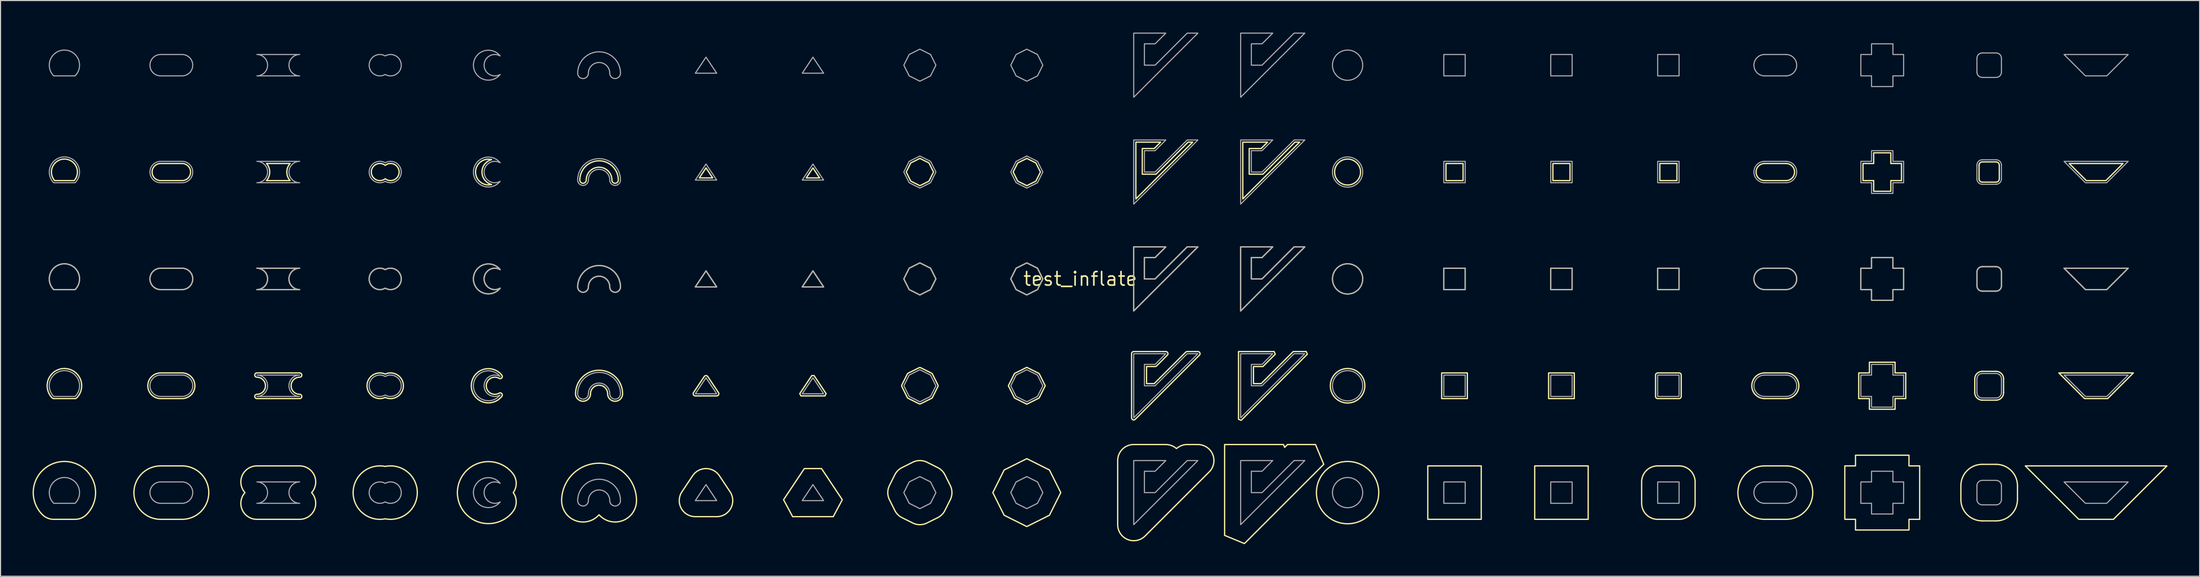
<source format=kicad_pcb>
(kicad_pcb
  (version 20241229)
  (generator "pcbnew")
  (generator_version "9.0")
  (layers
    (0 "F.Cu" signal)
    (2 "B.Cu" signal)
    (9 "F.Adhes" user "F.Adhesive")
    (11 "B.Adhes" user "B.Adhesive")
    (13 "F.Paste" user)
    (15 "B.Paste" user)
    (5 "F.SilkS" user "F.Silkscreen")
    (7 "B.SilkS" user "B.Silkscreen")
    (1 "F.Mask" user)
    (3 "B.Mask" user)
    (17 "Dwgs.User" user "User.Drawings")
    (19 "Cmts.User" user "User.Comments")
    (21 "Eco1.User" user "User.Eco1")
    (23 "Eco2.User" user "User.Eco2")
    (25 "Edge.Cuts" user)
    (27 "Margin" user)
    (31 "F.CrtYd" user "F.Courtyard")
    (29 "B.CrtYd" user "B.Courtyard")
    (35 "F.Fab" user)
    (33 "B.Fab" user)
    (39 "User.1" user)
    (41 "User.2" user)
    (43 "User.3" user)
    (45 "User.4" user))
  (footprint "test_inflate"
    (layer "F.Cu")
    (at 97.974 23.05)
    (property "Reference" "test_inflate" (at 0 0 0) (layer "F.SilkS") (effects (font (size 1.27 1.27) (thickness 0.15))))
    (attr smd)
    (fp_line (start 64 -10.8) (end 66 -10.8) (stroke (width 0.12) (type solid)) (layer "F.SilkS"))
    (fp_line (start 64 -9.2) (end 66 -9.2) (stroke (width 0.12) (type solid)) (layer "F.SilkS"))
    (fp_line (start 64 -1) (end 66 -1) (stroke (width 0.12) (type solid)) (layer "F.SilkS"))
    (fp_line (start 64 1) (end 66 1) (stroke (width 0.12) (type solid)) (layer "F.SilkS"))
    (fp_line (start 64 8.8) (end 66 8.8) (stroke (width 0.12) (type solid)) (layer "F.SilkS"))
    (fp_line (start 64 11.2) (end 66 11.2) (stroke (width 0.12) (type solid)) (layer "F.SilkS"))
    (fp_line (start 64 17.5) (end 66 17.5) (stroke (width 0.12) (type solid)) (layer "F.SilkS"))
    (fp_line (start 64 22.5) (end 66 22.5) (stroke (width 0.12) (type solid)) (layer "F.SilkS"))
    (fp_line (start 82.354 20.646) (end 82.354 19.354) (stroke (width 0.12) (type solid)) (layer "F.SilkS"))
    (fp_line (start 83.654 10.646) (end 83.654 9.354) (stroke (width 0.12) (type solid)) (layer "F.SilkS"))
    (fp_line (start 83.854 0.646) (end 83.854 -0.646) (stroke (width 0.12) (type solid)) (layer "F.SilkS"))
    (fp_line (start 84.054 -9.354) (end 84.054 -10.646) (stroke (width 0.12) (type solid)) (layer "F.SilkS"))
    (fp_line (start 84.354 -10.946) (end 85.646 -10.946) (stroke (width 0.12) (type solid)) (layer "F.SilkS"))
    (fp_line (start 84.354 -1.146) (end 85.646 -1.146) (stroke (width 0.12) (type solid)) (layer "F.SilkS"))
    (fp_line (start 84.354 8.654) (end 85.646 8.654) (stroke (width 0.12) (type solid)) (layer "F.SilkS"))
    (fp_line (start 84.354 17.354) (end 85.646 17.354) (stroke (width 0.12) (type solid)) (layer "F.SilkS"))
    (fp_line (start 85.646 -9.054) (end 84.354 -9.054) (stroke (width 0.12) (type solid)) (layer "F.SilkS"))
    (fp_line (start 85.646 1.146) (end 84.354 1.146) (stroke (width 0.12) (type solid)) (layer "F.SilkS"))
    (fp_line (start 85.646 11.346) (end 84.354 11.346) (stroke (width 0.12) (type solid)) (layer "F.SilkS"))
    (fp_line (start 85.646 22.646) (end 84.354 22.646) (stroke (width 0.12) (type solid)) (layer "F.SilkS"))
    (fp_line (start 85.946 -10.646) (end 85.946 -9.354) (stroke (width 0.12) (type solid)) (layer "F.SilkS"))
    (fp_line (start 86.146 -0.646) (end 86.146 0.646) (stroke (width 0.12) (type solid)) (layer "F.SilkS"))
    (fp_line (start 86.346 9.354) (end 86.346 10.646) (stroke (width 0.12) (type solid)) (layer "F.SilkS"))
    (fp_line (start 87.646 19.354) (end 87.646 20.646) (stroke (width 0.12) (type solid)) (layer "F.SilkS"))
    (fp_rect (start 32.5 17.5) (end 37.5 22.5) (stroke (width 0.12) (type solid)) (fill no) (layer "F.SilkS"))
    (fp_rect (start 33.8 8.8) (end 36.2 11.2) (stroke (width 0.12) (type solid)) (fill no) (layer "F.SilkS"))
    (fp_rect (start 34 -1) (end 36 1) (stroke (width 0.12) (type solid)) (fill no) (layer "F.SilkS"))
    (fp_rect (start 34.2 -10.8) (end 35.8 -9.2) (stroke (width 0.12) (type solid)) (fill no) (layer "F.SilkS"))
    (fp_arc (start 64 -9.2) (mid 63.2 -10) (end 64 -10.8) (stroke (width 0.12) (type solid)) (layer "F.SilkS"))
    (fp_arc (start 64 1) (mid 63 0) (end 64 -1) (stroke (width 0.12) (type solid)) (layer "F.SilkS"))
    (fp_arc (start 64 11.2) (mid 62.8 10) (end 64 8.8) (stroke (width 0.12) (type solid)) (layer "F.SilkS"))
    (fp_arc (start 64 22.5) (mid 61.5 20) (end 64 17.5) (stroke (width 0.12) (type solid)) (layer "F.SilkS"))
    (fp_arc (start 66 -10.8) (mid 66.8 -10) (end 66 -9.2) (stroke (width 0.12) (type solid)) (layer "F.SilkS"))
    (fp_arc (start 66 -1) (mid 67 0) (end 66 1) (stroke (width 0.12) (type solid)) (layer "F.SilkS"))
    (fp_arc (start 66 8.8) (mid 67.2 10) (end 66 11.2) (stroke (width 0.12) (type solid)) (layer "F.SilkS"))
    (fp_arc (start 66 17.5) (mid 68.5 20) (end 66 22.5) (stroke (width 0.12) (type solid)) (layer "F.SilkS"))
    (fp_arc (start 82.353553 19.353553) (mid 82.93934 17.93934) (end 84.353553 17.353553) (stroke (width 0.12) (type solid)) (layer "F.SilkS"))
    (fp_arc (start 83.653553 9.353553) (mid 83.858579 8.858579) (end 84.353553 8.653553) (stroke (width 0.12) (type solid)) (layer "F.SilkS"))
    (fp_arc (start 83.853553 -0.646447) (mid 84 -1) (end 84.353553 -1.146447) (stroke (width 0.12) (type solid)) (layer "F.SilkS"))
    (fp_arc (start 84.053553 -10.646447) (mid 84.141421 -10.858579) (end 84.353553 -10.946447) (stroke (width 0.12) (type solid)) (layer "F.SilkS"))
    (fp_arc (start 84.353553 -9.053553) (mid 84.141421 -9.141421) (end 84.053553 -9.353553) (stroke (width 0.12) (type solid)) (layer "F.SilkS"))
    (fp_arc (start 84.353553 1.146447) (mid 84 1) (end 83.853553 0.646447) (stroke (width 0.12) (type solid)) (layer "F.SilkS"))
    (fp_arc (start 84.353553 11.346447) (mid 83.858579 11.141421) (end 83.653553 10.646447) (stroke (width 0.12) (type solid)) (layer "F.SilkS"))
    (fp_arc (start 84.353553 22.646447) (mid 82.93934 22.06066) (end 82.353553 20.646447) (stroke (width 0.12) (type solid)) (layer "F.SilkS"))
    (fp_arc (start 85.646447 -10.946447) (mid 85.858579 -10.858579) (end 85.946447 -10.646447) (stroke (width 0.12) (type solid)) (layer "F.SilkS"))
    (fp_arc (start 85.646447 -1.146447) (mid 86 -1) (end 86.146447 -0.646447) (stroke (width 0.12) (type solid)) (layer "F.SilkS"))
    (fp_arc (start 85.646447 8.653553) (mid 86.141421 8.858579) (end 86.346447 9.353553) (stroke (width 0.12) (type solid)) (layer "F.SilkS"))
    (fp_arc (start 85.646447 17.353553) (mid 87.06066 17.93934) (end 87.646447 19.353553) (stroke (width 0.12) (type solid)) (layer "F.SilkS"))
    (fp_arc (start 85.946447 -9.353553) (mid 85.858579 -9.141421) (end 85.646447 -9.053553) (stroke (width 0.12) (type solid)) (layer "F.SilkS"))
    (fp_arc (start 86.146447 0.646447) (mid 86 1) (end 85.646447 1.146447) (stroke (width 0.12) (type solid)) (layer "F.SilkS"))
    (fp_arc (start 86.346447 10.646447) (mid 86.141421 11.141421) (end 85.646447 11.346447) (stroke (width 0.12) (type solid)) (layer "F.SilkS"))
    (fp_arc (start 87.646447 20.646447) (mid 87.06066 22.06066) (end 85.646447 22.646447) (stroke (width 0.12) (type solid)) (layer "F.SilkS"))
    (fp_circle (center 25 -10) (end 26.214 -10) (stroke (width 0.12) (type solid)) (fill no) (layer "F.SilkS"))
    (fp_circle (center 25 0) (end 26.414 0) (stroke (width 0.12) (type solid)) (fill no) (layer "F.SilkS"))
    (fp_circle (center 25 10) (end 26.614 10) (stroke (width 0.12) (type solid)) (fill no) (layer "F.SilkS"))
    (fp_circle (center 25 20) (end 27.914 20) (stroke (width 0.12) (type solid)) (fill no) (layer "F.SilkS"))
    (fp_poly (pts (xy -36 0.75) (xy -35 -0.75) (xy -34 0.75)) (stroke (width 0.12) (type solid)) (fill no) (layer "F.SilkS"))
    (fp_poly (pts (xy -35.626 -9.45) (xy -35 -10.389) (xy -34.374 -9.45)) (stroke (width 0.12) (type solid)) (fill no) (layer "F.SilkS"))
    (fp_poly (pts (xy -26 0.75) (xy -25 -0.75) (xy -24 0.75)) (stroke (width 0.12) (type solid)) (fill no) (layer "F.SilkS"))
    (fp_poly (pts (xy -25.626 -9.45) (xy -25 -10.389) (xy -24.374 -9.45)) (stroke (width 0.12) (type solid)) (fill no) (layer "F.SilkS"))
    (fp_poly (pts (xy 42.5 17.5) (xy 47.5 17.5) (xy 47.5 22.5) (xy 42.5 22.5)) (stroke (width 0.12) (type solid)) (fill no) (layer "F.SilkS"))
    (fp_poly (pts (xy 43.8 8.8) (xy 46.2 8.8) (xy 46.2 11.2) (xy 43.8 11.2)) (stroke (width 0.12) (type solid)) (fill no) (layer "F.SilkS"))
    (fp_poly (pts (xy 44 -1) (xy 46 -1) (xy 46 1) (xy 44 1)) (stroke (width 0.12) (type solid)) (fill no) (layer "F.SilkS"))
    (fp_poly (pts (xy 44.2 -10.8) (xy 45.8 -10.8) (xy 45.8 -9.2) (xy 44.2 -9.2)) (stroke (width 0.12) (type solid)) (fill no) (layer "F.SilkS"))
    (fp_poly (pts (xy 54 -1) (xy 56 -1) (xy 56 1) (xy 54 1)) (stroke (width 0.12) (type solid)) (fill no) (layer "F.SilkS"))
    (fp_poly (pts (xy 54.2 -10.8) (xy 55.8 -10.8) (xy 55.8 -9.2) (xy 54.2 -9.2)) (stroke (width 0.12) (type solid)) (fill no) (layer "F.SilkS"))
    (fp_poly (pts (xy 88.379 17.5) (xy 101.621 17.5) (xy 96.621 22.5) (xy 93.379 22.5)) (stroke (width 0.12) (type solid)) (fill no) (layer "F.SilkS"))
    (fp_poly (pts (xy 91.517 8.8) (xy 98.483 8.8) (xy 96.083 11.2) (xy 93.917 11.2)) (stroke (width 0.12) (type solid)) (fill no) (layer "F.SilkS"))
    (fp_poly (pts (xy 92 -1) (xy 98 -1) (xy 96 1) (xy 94 1)) (stroke (width 0.12) (type solid)) (fill no) (layer "F.SilkS"))
    (fp_poly (pts (xy 92.483 -10.8) (xy 97.517 -10.8) (xy 95.917 -9.2) (xy 94.083 -9.2)) (stroke (width 0.12) (type solid)) (fill no) (layer "F.SilkS"))
    (fp_poly (pts (xy -26.899 22.25) (xy -27.746 20.666) (xy -25.803 17.75) (xy -24.197 17.75) (xy -22.254 20.666) (xy -23.101 22.25)) (stroke (width 0.12) (type solid)) (fill no) (layer "F.SilkS"))
    (fp_poly (pts (xy -26.12 10.95) (xy -26.233 10.739) (xy -25.107 9.05) (xy -24.893 9.05) (xy -23.767 10.739) (xy -23.88 10.95)) (stroke (width 0.12) (type solid)) (fill no) (layer "F.SilkS"))
    (fp_poly (pts (xy -16 -1) (xy -15 -1.5) (xy -14 -1) (xy -13.5 0) (xy -14 1) (xy -15 1.5) (xy -16 1) (xy -16.5 0)) (stroke (width 0.12) (type solid)) (fill no) (layer "F.SilkS"))
    (fp_poly (pts (xy -15.851 -10.851) (xy -15 -11.276) (xy -14.149 -10.851) (xy -13.724 -10) (xy -14.149 -9.149) (xy -15 -8.724) (xy -15.851 -9.149) (xy -16.276 -10)) (stroke (width 0.12) (type solid)) (fill no) (layer "F.SilkS"))
    (fp_poly (pts (xy -7.118 17.882) (xy -5 16.823) (xy -2.882 17.882) (xy -1.823 20) (xy -2.882 22.118) (xy -5 23.177) (xy -7.118 22.118) (xy -8.177 20)) (stroke (width 0.12) (type solid)) (fill no) (layer "F.SilkS"))
    (fp_poly (pts (xy -6.149 8.851) (xy -5 8.276) (xy -3.851 8.851) (xy -3.276 10) (xy -3.851 11.149) (xy -5 11.724) (xy -6.149 11.149) (xy -6.724 10)) (stroke (width 0.12) (type solid)) (fill no) (layer "F.SilkS"))
    (fp_poly (pts (xy -6 -1) (xy -5 -1.5) (xy -4 -1) (xy -3.5 0) (xy -4 1) (xy -5 1.5) (xy -6 1) (xy -6.5 0)) (stroke (width 0.12) (type solid)) (fill no) (layer "F.SilkS"))
    (fp_poly (pts (xy -5.851 -10.851) (xy -5 -11.276) (xy -4.149 -10.851) (xy -3.724 -10) (xy -4.149 -9.149) (xy -5 -8.724) (xy -5.851 -9.149) (xy -6.276 -10)) (stroke (width 0.12) (type solid)) (fill no) (layer "F.SilkS"))
    (fp_poly (pts (xy 13.5 15.5) (xy 19.002 15.5) (xy 19.113 15.766) (xy 19.379 15.5) (xy 22.002 15.5) (xy 22.769 17.352) (xy 15.352 24.769) (xy 13.5 24.002)) (stroke (width 0.12) (type solid)) (fill no) (layer "F.SilkS"))
    (fp_poly (pts (xy 5 -3) (xy 8 -3) (xy 7 -2) (xy 6 -2) (xy 6 0) (xy 7 0) (xy 10 -3) (xy 11 -3) (xy 5 3)) (stroke (width 0.12) (type solid)) (fill no) (layer "F.SilkS"))
    (fp_poly (pts (xy 5.2 -12.8) (xy 7.517 -12.8) (xy 6.917 -12.2) (xy 5.8 -12.2) (xy 5.8 -9.8) (xy 7.083 -9.8) (xy 10.083 -12.8) (xy 10.517 -12.8) (xy 5.2 -7.483)) (stroke (width 0.12) (type solid)) (fill no) (layer "F.SilkS"))
    (fp_poly (pts (xy 15 -3) (xy 18 -3) (xy 17 -2) (xy 16 -2) (xy 16 0) (xy 17 0) (xy 20 -3) (xy 21 -3) (xy 15 3)) (stroke (width 0.12) (type solid)) (fill no) (layer "F.SilkS"))
    (fp_poly (pts (xy 15.2 -12.8) (xy 17.517 -12.8) (xy 16.917 -12.2) (xy 15.8 -12.2) (xy 15.8 -9.8) (xy 17.083 -9.8) (xy 20.083 -12.8) (xy 20.517 -12.8) (xy 15.2 -7.483)) (stroke (width 0.12) (type solid)) (fill no) (layer "F.SilkS"))
    (fp_poly (pts (xy 14.8 6.8) (xy 18.134 6.8) (xy 18.236 7.047) (xy 17.083 8.2) (xy 16.2 8.2) (xy 16.2 9.8) (xy 16.917 9.8) (xy 19.917 6.8) (xy 21.134 6.8) (xy 21.236 7.047) (xy 15.047 13.236) (xy 14.8 13.134)) (stroke (width 0.12) (type solid)) (fill no) (layer "F.SilkS"))
    (fp_poly (pts (xy 71.5 17.5) (xy 71.5 22.5) (xy 72.5 22.5) (xy 72.5 23.5) (xy 77.5 23.5) (xy 77.5 22.5) (xy 78.5 22.5) (xy 78.5 17.5) (xy 77.5 17.5) (xy 77.5 16.5) (xy 72.5 16.5) (xy 72.5 17.5)) (stroke (width 0.12) (type solid)) (fill no) (layer "F.SilkS"))
    (fp_poly (pts (xy 72.8 8.8) (xy 72.8 11.2) (xy 73.8 11.2) (xy 73.8 12.2) (xy 76.2 12.2) (xy 76.2 11.2) (xy 77.2 11.2) (xy 77.2 8.8) (xy 76.2 8.8) (xy 76.2 7.8) (xy 73.8 7.8) (xy 73.8 8.8)) (stroke (width 0.12) (type solid)) (fill no) (layer "F.SilkS"))
    (fp_poly (pts (xy 73 -1) (xy 73 1) (xy 74 1) (xy 74 2) (xy 76 2) (xy 76 1) (xy 77 1) (xy 77 -1) (xy 76 -1) (xy 76 -2) (xy 74 -2) (xy 74 -1)) (stroke (width 0.12) (type solid)) (fill no) (layer "F.SilkS"))
    (fp_poly (pts (xy 73.2 -10.8) (xy 73.2 -9.2) (xy 74.2 -9.2) (xy 74.2 -8.2) (xy 75.8 -8.2) (xy 75.8 -9.2) (xy 76.8 -9.2) (xy 76.8 -10.8) (xy 75.8 -10.8) (xy 75.8 -11.8) (xy 74.2 -11.8) (xy 74.2 -10.8)) (stroke (width 0.12) (type solid)) (fill no) (layer "F.SilkS"))
    (fp_poly (pts (arc (start -36 10.95) (mid -36.176335 10.844372) (end -36.16641 10.63906)) (arc (start -35.16641 9.13906) (mid -35 9.05) (end -34.83359 9.13906)) (arc (start -33.83359 10.63906) (mid -33.823665 10.844372) (end -34 10.95))) (stroke (width 0.12) (type solid)) (fill no) (layer "F.SilkS"))
    (fp_poly (pts (arc (start -76.105573 -9.2) (mid -75.8 -10) (end -76.105573 -10.8)) (arc (start -73.894427 -10.8) (mid -74.2 -10) (end -73.894427 -9.2))) (stroke (width 0.12) (type solid)) (fill no) (layer "F.SilkS"))
    (fp_poly (pts (arc (start 53.8 9) (mid 53.858579 8.858579) (end 54 8.8)) (arc (start 56 8.8) (mid 56.141421 8.858579) (end 56.2 9)) (arc (start 56.2 11) (mid 56.141421 11.141421) (end 56 11.2)) (arc (start 54 11.2) (mid 53.858579 11.141421) (end 53.8 11))) (stroke (width 0.12) (type solid)) (fill no) (layer "F.SilkS"))
    (fp_poly (pts (arc (start -16.178885 8.910557) (mid -16.141421 8.858579) (end -16.089443 8.821115)) (arc (start -15.089443 8.321115) (mid -15 8.3) (end -14.910557 8.321115)) (arc (start -13.910557 8.821115) (mid -13.858579 8.858579) (end -13.821115 8.910557)) (arc (start -13.321115 9.910557) (mid -13.3 10) (end -13.321115 10.089443)) (arc (start -13.821115 11.089443) (mid -13.858579 11.141421) (end -13.910557 11.178885)) (arc (start -14.910557 11.678885) (mid -15 11.7) (end -15.089443 11.678885)) (arc (start -16.089443 11.178885) (mid -16.141421 11.141421) (end -16.178885 11.089443)) (arc (start -16.678885 10.089443) (mid -16.7 10) (end -16.678885 9.910557))) (stroke (width 0.12) (type solid)) (fill no) (layer "F.SilkS"))
    (fp_poly (pts (arc (start -95.913408 -9.2) (mid -95 -11.214214) (end -94.086592 -9.2))) (stroke (width 0.12) (type solid)) (fill no) (layer "F.SilkS"))
    (fp_poly (pts (arc (start -96 1) (mid -95 -1.414214) (end -94 1))) (stroke (width 0.12) (type solid)) (fill no) (layer "F.SilkS"))
    (fp_poly (pts (arc (start -86 -9.2) (mid -86.8 -10) (end -86 -10.8)) (arc (start -84 -10.8) (mid -83.2 -10) (end -84 -9.2))) (stroke (width 0.12) (type solid)) (fill no) (layer "F.SilkS"))
    (fp_poly (pts (arc (start 4.8 7) (mid 4.858579 6.858579) (end 5 6.8)) (arc (start 8 6.8) (mid 8.184776 6.923463) (end 8.141421 7.141421)) (arc (start 7.141421 8.141421) (mid 7.076537 8.184776) (end 7 8.2)) (xy 6.2 8.2) (xy 6.2 9.8) (xy 6.917 9.8) (arc (start 9.858579 6.858579) (mid 9.923463 6.815224) (end 10 6.8)) (arc (start 11 6.8) (mid 11.184776 6.923463) (end 11.141421 7.141421)) (arc (start 5.141421 13.141421) (mid 4.923463 13.184776) (end 4.8 13))) (stroke (width 0.12) (type solid)) (fill no) (layer "F.SilkS"))
    (fp_poly (pts (arc (start -86 1) (mid -87 0) (end -86 -1)) (arc (start -84 -1) (mid -83 0) (end -84 1))) (stroke (width 0.12) (type solid)) (fill no) (layer "F.SilkS"))
    (fp_poly (pts (arc (start -77 1) (mid -76 0) (end -77 -1)) (arc (start -73 -1) (mid -74 0) (end -73 1))) (stroke (width 0.12) (type solid)) (fill no) (layer "F.SilkS"))
    (fp_poly (pts (arc (start -96 11.2) (mid -96.076537 11.184776) (end -96.141421 11.141421)) (arc (start -96.141421 11.141421) (mid -95 8.385786) (end -93.858579 11.141421)) (arc (start -93.858579 11.141421) (mid -93.923463 11.184776) (end -94 11.2))) (stroke (width 0.12) (type solid)) (fill no) (layer "F.SilkS"))
    (fp_poly (pts (arc (start -55.05 -8.838105) (mid -56.55 -10) (end -55.05 -11.161895)) (arc (start -55.05 -11.161895) (mid -55.95 -10) (end -55.05 -8.838105))) (stroke (width 0.12) (type solid)) (fill no) (layer "F.SilkS"))
    (fp_poly (pts (arc (start -86 11.2) (mid -87.2 10) (end -86 8.8)) (arc (start -84 8.8) (mid -82.8 10) (end -84 11.2))) (stroke (width 0.12) (type solid)) (fill no) (layer "F.SilkS"))
    (fp_poly (pts (arc (start -65 -9.3755) (mid -66.3 -10) (end -65 -10.6245)) (arc (start -65 -10.6245) (mid -63.7 -10) (end -65 -9.3755))) (stroke (width 0.12) (type solid)) (fill no) (layer "F.SilkS"))
    (fp_poly (pts (arc (start -36 22.25) (mid -37.322512 21.457787) (end -37.248075 19.91795)) (arc (start -36.248075 18.41795) (mid -35 17.75) (end -33.751925 18.41795)) (arc (start -32.751925 19.91795) (mid -32.677488 21.457787) (end -34 22.25))) (stroke (width 0.12) (type solid)) (fill no) (layer "F.SilkS"))
    (fp_poly (pts (arc (start -65 0.866025) (mid -66.5 0) (end -65 -0.866025)) (arc (start -65 -0.866025) (mid -63.5 0) (end -65 0.866025))) (stroke (width 0.12) (type solid)) (fill no) (layer "F.SilkS"))
    (fp_poly (pts (arc (start 52.5 19) (mid 52.93934 17.93934) (end 54 17.5)) (arc (start 56 17.5) (mid 57.06066 17.93934) (end 57.5 19)) (arc (start 57.5 21) (mid 57.06066 22.06066) (end 56 22.5)) (arc (start 54 22.5) (mid 52.93934 22.06066) (end 52.5 21))) (stroke (width 0.12) (type solid)) (fill no) (layer "F.SilkS"))
    (fp_poly (pts (arc (start -65 11.090871) (mid -66.7 10) (end -65 8.909129)) (arc (start -65 8.909129) (mid -63.3 10) (end -65 11.090871))) (stroke (width 0.12) (type solid)) (fill no) (layer "F.SilkS"))
    (fp_poly (pts (arc (start -17.341641 18.32918) (mid -17.06066 17.93934) (end -16.67082 17.658359)) (arc (start -15.67082 17.158359) (mid -15 17) (end -14.32918 17.158359)) (arc (start -13.32918 17.658359) (mid -12.93934 17.93934) (end -12.658359 18.32918)) (arc (start -12.158359 19.32918) (mid -12 20) (end -12.158359 20.67082)) (arc (start -12.658359 21.67082) (mid -12.93934 22.06066) (end -13.32918 22.341641)) (arc (start -14.32918 22.841641) (mid -15 23) (end -15.67082 22.841641)) (arc (start -16.67082 22.341641) (mid -17.06066 22.06066) (end -17.341641 21.67082)) (arc (start -17.841641 20.67082) (mid -18 20) (end -17.841641 19.32918))) (stroke (width 0.12) (type solid)) (fill no) (layer "F.SilkS"))
    (fp_poly (pts (arc (start -54.25 0.866025) (mid -56.75 0) (end -54.25 -0.866025)) (arc (start -54.25 -0.866025) (mid -55.75 0) (end -54.25 0.866025))) (stroke (width 0.12) (type solid)) (fill no) (layer "F.SilkS"))
    (fp_poly (pts (arc (start 3.5 17) (mid 3.93934 15.93934) (end 5 15.5)) (arc (start 8 15.5) (mid 8.535233 15.598741) (end 9 15.881966)) (arc (start 9 15.881966) (mid 9.464767 15.598741) (end 10 15.5)) (arc (start 11 15.5) (mid 12.385819 16.425975) (end 12.06066 18.06066)) (arc (start 6.06066 24.06066) (mid 4.425975 24.385819) (end 3.5 23))) (stroke (width 0.12) (type solid)) (fill no) (layer "F.SilkS"))
    (fp_poly (pts (arc (start -96 22.5) (mid -96.574025 22.385819) (end -97.06066 22.06066)) (arc (start -97.06066 22.06066) (mid -95 17.085786) (end -92.93934 22.06066)) (arc (start -92.93934 22.06066) (mid -93.425975 22.385819) (end -94 22.5))) (stroke (width 0.12) (type solid)) (fill no) (layer "F.SilkS"))
    (fp_poly (pts (arc (start -86 22.5) (mid -88.5 20) (end -86 17.5)) (arc (start -84 17.5) (mid -81.5 20) (end -84 22.5))) (stroke (width 0.12) (type solid)) (fill no) (layer "F.SilkS"))
    (fp_poly (pts (arc (start -46.8 -9.25) (mid -45 -11.05) (end -43.2 -9.25)) (arc (start -43.2 -9.25) (mid -43.5 -8.95) (end -43.8 -9.25)) (arc (start -43.8 -9.25) (mid -45 -10.45) (end -46.2 -9.25)) (arc (start -46.2 -9.25) (mid -46.5 -8.95) (end -46.8 -9.25))) (stroke (width 0.12) (type solid)) (fill no) (layer "F.SilkS"))
    (fp_poly (pts (arc (start -65 22.44949) (mid -68 20) (end -65 17.55051)) (arc (start -65 17.55051) (mid -62 20) (end -65 22.44949))) (stroke (width 0.12) (type solid)) (fill no) (layer "F.SilkS"))
    (fp_poly (pts (arc (start -77 22.5) (mid -78.369306 21.612372) (end -78.118034 20)) (arc (start -78.118034 20) (mid -78.369306 18.387628) (end -77 17.5)) (arc (start -73 17.5) (mid -71.630694 18.387628) (end -71.881966 20)) (arc (start -71.881966 20) (mid -71.630694 21.612372) (end -73 22.5))) (stroke (width 0.12) (type solid)) (fill no) (layer "F.SilkS"))
    (fp_poly (pts (arc (start -53.025255 20) (mid -52.750497 20.904621) (end -53.071429 21.79391)) (arc (start -53.071429 21.79391) (mid -58.25 20) (end -53.071429 18.20609)) (arc (start -53.071429 18.20609) (mid -52.750497 19.095379) (end -53.025255 20))) (stroke (width 0.12) (type solid)) (fill no) (layer "F.SilkS"))
    (fp_poly (pts (arc (start -77 11.2) (mid -77.2 11) (end -77 10.8)) (arc (start -77 10.8) (mid -76.2 10) (end -77 9.2)) (arc (start -77 9.2) (mid -77.2 9) (end -77 8.8)) (arc (start -73 8.8) (mid -72.8 9) (end -73 9.2)) (arc (start -73 9.2) (mid -73.8 10) (end -73 10.8)) (arc (start -73 10.8) (mid -72.8 11) (end -73 11.2))) (stroke (width 0.12) (type solid)) (fill no) (layer "F.SilkS"))
    (fp_poly (pts (arc (start -47 0.75) (mid -45 -1.25) (end -43 0.75)) (arc (start -43 0.75) (mid -43.5 1.25) (end -44 0.75)) (arc (start -44 0.75) (mid -45 -0.25) (end -46 0.75)) (arc (start -46 0.75) (mid -46.5 1.25) (end -47 0.75))) (stroke (width 0.12) (type solid)) (fill no) (layer "F.SilkS"))
    (fp_poly (pts (arc (start -54.35 10.69282) (mid -54.098814 10.735095) (end -54.092857 10.989743)) (arc (start -54.092857 10.989743) (mid -56.95 10) (end -54.092857 9.010257)) (arc (start -54.092857 9.010257) (mid -54.098814 9.264905) (end -54.35 9.30718)) (arc (start -54.35 9.30718) (mid -55.55 10) (end -54.35 10.69282))) (stroke (width 0.12) (type solid)) (fill no) (layer "F.SilkS"))
    (fp_poly (pts (arc (start -48.5 20.75) (mid -45 17.25) (end -41.5 20.75)) (arc (start -41.5 20.75) (mid -42.792893 22.620829) (end -45 22.072876)) (arc (start -45 22.072876) (mid -47.207107 22.620829) (end -48.5 20.75))) (stroke (width 0.12) (type solid)) (fill no) (layer "F.SilkS"))
    (fp_poly (pts (arc (start -47.2 10.75) (mid -45 8.55) (end -42.8 10.75)) (arc (start -42.8 10.75) (mid -43.5 11.45) (end -44.2 10.75)) (arc (start -44.2 10.75) (mid -45 9.95) (end -45.8 10.75)) (arc (start -45.8 10.75) (mid -46.5 11.45) (end -47.2 10.75))) (stroke (width 0.12) (type solid)) (fill no) (layer "F.SilkS"))
    (fp_line (start 64 -21) (end 66 -21) (stroke (width 0.1) (type solid)) (layer "F.Fab"))
    (fp_line (start 64 -19) (end 66 -19) (stroke (width 0.1) (type solid)) (layer "F.Fab"))
    (fp_line (start 64 -11) (end 66 -11) (stroke (width 0.1) (type solid)) (layer "F.Fab"))
    (fp_line (start 64 -9) (end 66 -9) (stroke (width 0.1) (type solid)) (layer "F.Fab"))
    (fp_line (start 64 -1) (end 66 -1) (stroke (width 0.1) (type solid)) (layer "F.Fab"))
    (fp_line (start 64 1) (end 66 1) (stroke (width 0.1) (type solid)) (layer "F.Fab"))
    (fp_line (start 64 9) (end 66 9) (stroke (width 0.1) (type solid)) (layer "F.Fab"))
    (fp_line (start 64 11) (end 66 11) (stroke (width 0.1) (type solid)) (layer "F.Fab"))
    (fp_line (start 64 19) (end 66 19) (stroke (width 0.1) (type solid)) (layer "F.Fab"))
    (fp_line (start 64 21) (end 66 21) (stroke (width 0.1) (type solid)) (layer "F.Fab"))
    (fp_line (start 83.854 -19.354) (end 83.854 -20.646) (stroke (width 0.1) (type solid)) (layer "F.Fab"))
    (fp_line (start 83.854 -9.354) (end 83.854 -10.646) (stroke (width 0.1) (type solid)) (layer "F.Fab"))
    (fp_line (start 83.854 0.646) (end 83.854 -0.646) (stroke (width 0.1) (type solid)) (layer "F.Fab"))
    (fp_line (start 83.854 10.646) (end 83.854 9.354) (stroke (width 0.1) (type solid)) (layer "F.Fab"))
    (fp_line (start 83.854 20.646) (end 83.854 19.354) (stroke (width 0.1) (type solid)) (layer "F.Fab"))
    (fp_line (start 84.354 -21.146) (end 85.646 -21.146) (stroke (width 0.1) (type solid)) (layer "F.Fab"))
    (fp_line (start 84.354 -11.146) (end 85.646 -11.146) (stroke (width 0.1) (type solid)) (layer "F.Fab"))
    (fp_line (start 84.354 -1.146) (end 85.646 -1.146) (stroke (width 0.1) (type solid)) (layer "F.Fab"))
    (fp_line (start 84.354 8.854) (end 85.646 8.854) (stroke (width 0.1) (type solid)) (layer "F.Fab"))
    (fp_line (start 84.354 18.854) (end 85.646 18.854) (stroke (width 0.1) (type solid)) (layer "F.Fab"))
    (fp_line (start 85.646 -18.854) (end 84.354 -18.854) (stroke (width 0.1) (type solid)) (layer "F.Fab"))
    (fp_line (start 85.646 -8.854) (end 84.354 -8.854) (stroke (width 0.1) (type solid)) (layer "F.Fab"))
    (fp_line (start 85.646 1.146) (end 84.354 1.146) (stroke (width 0.1) (type solid)) (layer "F.Fab"))
    (fp_line (start 85.646 11.146) (end 84.354 11.146) (stroke (width 0.1) (type solid)) (layer "F.Fab"))
    (fp_line (start 85.646 21.146) (end 84.354 21.146) (stroke (width 0.1) (type solid)) (layer "F.Fab"))
    (fp_line (start 86.146 -20.646) (end 86.146 -19.354) (stroke (width 0.1) (type solid)) (layer "F.Fab"))
    (fp_line (start 86.146 -10.646) (end 86.146 -9.354) (stroke (width 0.1) (type solid)) (layer "F.Fab"))
    (fp_line (start 86.146 -0.646) (end 86.146 0.646) (stroke (width 0.1) (type solid)) (layer "F.Fab"))
    (fp_line (start 86.146 9.354) (end 86.146 10.646) (stroke (width 0.1) (type solid)) (layer "F.Fab"))
    (fp_line (start 86.146 19.354) (end 86.146 20.646) (stroke (width 0.1) (type solid)) (layer "F.Fab"))
    (fp_rect (start 34 -21) (end 36 -19) (stroke (width 0.1) (type solid)) (fill no) (layer "F.Fab"))
    (fp_rect (start 34 -11) (end 36 -9) (stroke (width 0.1) (type solid)) (fill no) (layer "F.Fab"))
    (fp_rect (start 34 -1) (end 36 1) (stroke (width 0.1) (type solid)) (fill no) (layer "F.Fab"))
    (fp_rect (start 34 9) (end 36 11) (stroke (width 0.1) (type solid)) (fill no) (layer "F.Fab"))
    (fp_rect (start 34 19) (end 36 21) (stroke (width 0.1) (type solid)) (fill no) (layer "F.Fab"))
    (fp_arc (start 64 -19) (mid 63 -20) (end 64 -21) (stroke (width 0.1) (type solid)) (layer "F.Fab"))
    (fp_arc (start 64 -9) (mid 63 -10) (end 64 -11) (stroke (width 0.1) (type solid)) (layer "F.Fab"))
    (fp_arc (start 64 1) (mid 63 0) (end 64 -1) (stroke (width 0.1) (type solid)) (layer "F.Fab"))
    (fp_arc (start 64 11) (mid 63 10) (end 64 9) (stroke (width 0.1) (type solid)) (layer "F.Fab"))
    (fp_arc (start 64 21) (mid 63 20) (end 64 19) (stroke (width 0.1) (type solid)) (layer "F.Fab"))
    (fp_arc (start 66 -21) (mid 67 -20) (end 66 -19) (stroke (width 0.1) (type solid)) (layer "F.Fab"))
    (fp_arc (start 66 -11) (mid 67 -10) (end 66 -9) (stroke (width 0.1) (type solid)) (layer "F.Fab"))
    (fp_arc (start 66 -1) (mid 67 0) (end 66 1) (stroke (width 0.1) (type solid)) (layer "F.Fab"))
    (fp_arc (start 66 9) (mid 67 10) (end 66 11) (stroke (width 0.1) (type solid)) (layer "F.Fab"))
    (fp_arc (start 66 19) (mid 67 20) (end 66 21) (stroke (width 0.1) (type solid)) (layer "F.Fab"))
    (fp_arc (start 83.853553 -20.646447) (mid 84 -21) (end 84.353553 -21.146447) (stroke (width 0.1) (type solid)) (layer "F.Fab"))
    (fp_arc (start 83.853553 -10.646447) (mid 84 -11) (end 84.353553 -11.146447) (stroke (width 0.1) (type solid)) (layer "F.Fab"))
    (fp_arc (start 83.853553 -0.646447) (mid 84 -1) (end 84.353553 -1.146447) (stroke (width 0.1) (type solid)) (layer "F.Fab"))
    (fp_arc (start 83.853553 9.353553) (mid 84 9) (end 84.353553 8.853553) (stroke (width 0.1) (type solid)) (layer "F.Fab"))
    (fp_arc (start 83.853553 19.353553) (mid 84 19) (end 84.353553 18.853553) (stroke (width 0.1) (type solid)) (layer "F.Fab"))
    (fp_arc (start 84.353553 -18.853553) (mid 84 -19) (end 83.853553 -19.353553) (stroke (width 0.1) (type solid)) (layer "F.Fab"))
    (fp_arc (start 84.353553 -8.853553) (mid 84 -9) (end 83.853553 -9.353553) (stroke (width 0.1) (type solid)) (layer "F.Fab"))
    (fp_arc (start 84.353553 1.146447) (mid 84 1) (end 83.853553 0.646447) (stroke (width 0.1) (type solid)) (layer "F.Fab"))
    (fp_arc (start 84.353553 11.146447) (mid 84 11) (end 83.853553 10.646447) (stroke (width 0.1) (type solid)) (layer "F.Fab"))
    (fp_arc (start 84.353553 21.146447) (mid 84 21) (end 83.853553 20.646447) (stroke (width 0.1) (type solid)) (layer "F.Fab"))
    (fp_arc (start 85.646447 -21.146447) (mid 86 -21) (end 86.146447 -20.646447) (stroke (width 0.1) (type solid)) (layer "F.Fab"))
    (fp_arc (start 85.646447 -11.146447) (mid 86 -11) (end 86.146447 -10.646447) (stroke (width 0.1) (type solid)) (layer "F.Fab"))
    (fp_arc (start 85.646447 -1.146447) (mid 86 -1) (end 86.146447 -0.646447) (stroke (width 0.1) (type solid)) (layer "F.Fab"))
    (fp_arc (start 85.646447 8.853553) (mid 86 9) (end 86.146447 9.353553) (stroke (width 0.1) (type solid)) (layer "F.Fab"))
    (fp_arc (start 85.646447 18.853553) (mid 86 19) (end 86.146447 19.353553) (stroke (width 0.1) (type solid)) (layer "F.Fab"))
    (fp_arc (start 86.146447 -19.353553) (mid 86 -19) (end 85.646447 -18.853553) (stroke (width 0.1) (type solid)) (layer "F.Fab"))
    (fp_arc (start 86.146447 -9.353553) (mid 86 -9) (end 85.646447 -8.853553) (stroke (width 0.1) (type solid)) (layer "F.Fab"))
    (fp_arc (start 86.146447 0.646447) (mid 86 1) (end 85.646447 1.146447) (stroke (width 0.1) (type solid)) (layer "F.Fab"))
    (fp_arc (start 86.146447 10.646447) (mid 86 11) (end 85.646447 11.146447) (stroke (width 0.1) (type solid)) (layer "F.Fab"))
    (fp_arc (start 86.146447 20.646447) (mid 86 21) (end 85.646447 21.146447) (stroke (width 0.1) (type solid)) (layer "F.Fab"))
    (fp_circle (center 25 -20) (end 26.414 -20) (stroke (width 0.1) (type solid)) (fill no) (layer "F.Fab"))
    (fp_circle (center 25 -10) (end 26.414 -10) (stroke (width 0.1) (type solid)) (fill no) (layer "F.Fab"))
    (fp_circle (center 25 0) (end 26.414 0) (stroke (width 0.1) (type solid)) (fill no) (layer "F.Fab"))
    (fp_circle (center 25 10) (end 26.414 10) (stroke (width 0.1) (type solid)) (fill no) (layer "F.Fab"))
    (fp_circle (center 25 20) (end 26.414 20) (stroke (width 0.1) (type solid)) (fill no) (layer "F.Fab"))
    (fp_poly (pts (xy -36 -19.25) (xy -35 -20.75) (xy -34 -19.25)) (stroke (width 0.1) (type solid)) (fill no) (layer "F.Fab"))
    (fp_poly (pts (xy -36 -9.25) (xy -35 -10.75) (xy -34 -9.25)) (stroke (width 0.1) (type solid)) (fill no) (layer "F.Fab"))
    (fp_poly (pts (xy -36 0.75) (xy -35 -0.75) (xy -34 0.75)) (stroke (width 0.1) (type solid)) (fill no) (layer "F.Fab"))
    (fp_poly (pts (xy -36 10.75) (xy -35 9.25) (xy -34 10.75)) (stroke (width 0.1) (type solid)) (fill no) (layer "F.Fab"))
    (fp_poly (pts (xy -36 20.75) (xy -35 19.25) (xy -34 20.75)) (stroke (width 0.1) (type solid)) (fill no) (layer "F.Fab"))
    (fp_poly (pts (xy -26 -19.25) (xy -25 -20.75) (xy -24 -19.25)) (stroke (width 0.1) (type solid)) (fill no) (layer "F.Fab"))
    (fp_poly (pts (xy -26 -9.25) (xy -25 -10.75) (xy -24 -9.25)) (stroke (width 0.1) (type solid)) (fill no) (layer "F.Fab"))
    (fp_poly (pts (xy -26 0.75) (xy -25 -0.75) (xy -24 0.75)) (stroke (width 0.1) (type solid)) (fill no) (layer "F.Fab"))
    (fp_poly (pts (xy -26 10.75) (xy -25 9.25) (xy -24 10.75)) (stroke (width 0.1) (type solid)) (fill no) (layer "F.Fab"))
    (fp_poly (pts (xy -26 20.75) (xy -25 19.25) (xy -24 20.75)) (stroke (width 0.1) (type solid)) (fill no) (layer "F.Fab"))
    (fp_poly (pts (xy 44 -21) (xy 46 -21) (xy 46 -19) (xy 44 -19)) (stroke (width 0.1) (type solid)) (fill no) (layer "F.Fab"))
    (fp_poly (pts (xy 44 -11) (xy 46 -11) (xy 46 -9) (xy 44 -9)) (stroke (width 0.1) (type solid)) (fill no) (layer "F.Fab"))
    (fp_poly (pts (xy 44 -1) (xy 46 -1) (xy 46 1) (xy 44 1)) (stroke (width 0.1) (type solid)) (fill no) (layer "F.Fab"))
    (fp_poly (pts (xy 44 9) (xy 46 9) (xy 46 11) (xy 44 11)) (stroke (width 0.1) (type solid)) (fill no) (layer "F.Fab"))
    (fp_poly (pts (xy 44 19) (xy 46 19) (xy 46 21) (xy 44 21)) (stroke (width 0.1) (type solid)) (fill no) (layer "F.Fab"))
    (fp_poly (pts (xy 54 -21) (xy 56 -21) (xy 56 -19) (xy 54 -19)) (stroke (width 0.1) (type solid)) (fill no) (layer "F.Fab"))
    (fp_poly (pts (xy 54 -11) (xy 56 -11) (xy 56 -9) (xy 54 -9)) (stroke (width 0.1) (type solid)) (fill no) (layer "F.Fab"))
    (fp_poly (pts (xy 54 -1) (xy 56 -1) (xy 56 1) (xy 54 1)) (stroke (width 0.1) (type solid)) (fill no) (layer "F.Fab"))
    (fp_poly (pts (xy 54 9) (xy 56 9) (xy 56 11) (xy 54 11)) (stroke (width 0.1) (type solid)) (fill no) (layer "F.Fab"))
    (fp_poly (pts (xy 54 19) (xy 56 19) (xy 56 21) (xy 54 21)) (stroke (width 0.1) (type solid)) (fill no) (layer "F.Fab"))
    (fp_poly (pts (xy 92 -21) (xy 98 -21) (xy 96 -19) (xy 94 -19)) (stroke (width 0.1) (type solid)) (fill no) (layer "F.Fab"))
    (fp_poly (pts (xy 92 -11) (xy 98 -11) (xy 96 -9) (xy 94 -9)) (stroke (width 0.1) (type solid)) (fill no) (layer "F.Fab"))
    (fp_poly (pts (xy 92 -1) (xy 98 -1) (xy 96 1) (xy 94 1)) (stroke (width 0.1) (type solid)) (fill no) (layer "F.Fab"))
    (fp_poly (pts (xy 92 9) (xy 98 9) (xy 96 11) (xy 94 11)) (stroke (width 0.1) (type solid)) (fill no) (layer "F.Fab"))
    (fp_poly (pts (xy 92 19) (xy 98 19) (xy 96 21) (xy 94 21)) (stroke (width 0.1) (type solid)) (fill no) (layer "F.Fab"))
    (fp_poly (pts (xy -16 -21) (xy -15 -21.5) (xy -14 -21) (xy -13.5 -20) (xy -14 -19) (xy -15 -18.5) (xy -16 -19) (xy -16.5 -20)) (stroke (width 0.1) (type solid)) (fill no) (layer "F.Fab"))
    (fp_poly (pts (xy -16 -11) (xy -15 -11.5) (xy -14 -11) (xy -13.5 -10) (xy -14 -9) (xy -15 -8.5) (xy -16 -9) (xy -16.5 -10)) (stroke (width 0.1) (type solid)) (fill no) (layer "F.Fab"))
    (fp_poly (pts (xy -16 -1) (xy -15 -1.5) (xy -14 -1) (xy -13.5 0) (xy -14 1) (xy -15 1.5) (xy -16 1) (xy -16.5 0)) (stroke (width 0.1) (type solid)) (fill no) (layer "F.Fab"))
    (fp_poly (pts (xy -16 9) (xy -15 8.5) (xy -14 9) (xy -13.5 10) (xy -14 11) (xy -15 11.5) (xy -16 11) (xy -16.5 10)) (stroke (width 0.1) (type solid)) (fill no) (layer "F.Fab"))
    (fp_poly (pts (xy -16 19) (xy -15 18.5) (xy -14 19) (xy -13.5 20) (xy -14 21) (xy -15 21.5) (xy -16 21) (xy -16.5 20)) (stroke (width 0.1) (type solid)) (fill no) (layer "F.Fab"))
    (fp_poly (pts (xy -6 -21) (xy -5 -21.5) (xy -4 -21) (xy -3.5 -20) (xy -4 -19) (xy -5 -18.5) (xy -6 -19) (xy -6.5 -20)) (stroke (width 0.1) (type solid)) (fill no) (layer "F.Fab"))
    (fp_poly (pts (xy -6 -11) (xy -5 -11.5) (xy -4 -11) (xy -3.5 -10) (xy -4 -9) (xy -5 -8.5) (xy -6 -9) (xy -6.5 -10)) (stroke (width 0.1) (type solid)) (fill no) (layer "F.Fab"))
    (fp_poly (pts (xy -6 -1) (xy -5 -1.5) (xy -4 -1) (xy -3.5 0) (xy -4 1) (xy -5 1.5) (xy -6 1) (xy -6.5 0)) (stroke (width 0.1) (type solid)) (fill no) (layer "F.Fab"))
    (fp_poly (pts (xy -6 9) (xy -5 8.5) (xy -4 9) (xy -3.5 10) (xy -4 11) (xy -5 11.5) (xy -6 11) (xy -6.5 10)) (stroke (width 0.1) (type solid)) (fill no) (layer "F.Fab"))
    (fp_poly (pts (xy -6 19) (xy -5 18.5) (xy -4 19) (xy -3.5 20) (xy -4 21) (xy -5 21.5) (xy -6 21) (xy -6.5 20)) (stroke (width 0.1) (type solid)) (fill no) (layer "F.Fab"))
    (fp_poly (pts (xy 5 -23) (xy 8 -23) (xy 7 -22) (xy 6 -22) (xy 6 -20) (xy 7 -20) (xy 10 -23) (xy 11 -23) (xy 5 -17)) (stroke (width 0.1) (type solid)) (fill no) (layer "F.Fab"))
    (fp_poly (pts (xy 5 -13) (xy 8 -13) (xy 7 -12) (xy 6 -12) (xy 6 -10) (xy 7 -10) (xy 10 -13) (xy 11 -13) (xy 5 -7)) (stroke (width 0.1) (type solid)) (fill no) (layer "F.Fab"))
    (fp_poly (pts (xy 5 -3) (xy 8 -3) (xy 7 -2) (xy 6 -2) (xy 6 0) (xy 7 0) (xy 10 -3) (xy 11 -3) (xy 5 3)) (stroke (width 0.1) (type solid)) (fill no) (layer "F.Fab"))
    (fp_poly (pts (xy 5 7) (xy 8 7) (xy 7 8) (xy 6 8) (xy 6 10) (xy 7 10) (xy 10 7) (xy 11 7) (xy 5 13)) (stroke (width 0.1) (type solid)) (fill no) (layer "F.Fab"))
    (fp_poly (pts (xy 5 17) (xy 8 17) (xy 7 18) (xy 6 18) (xy 6 20) (xy 7 20) (xy 10 17) (xy 11 17) (xy 5 23)) (stroke (width 0.1) (type solid)) (fill no) (layer "F.Fab"))
    (fp_poly (pts (xy 15 -23) (xy 18 -23) (xy 17 -22) (xy 16 -22) (xy 16 -20) (xy 17 -20) (xy 20 -23) (xy 21 -23) (xy 15 -17)) (stroke (width 0.1) (type solid)) (fill no) (layer "F.Fab"))
    (fp_poly (pts (xy 15 -13) (xy 18 -13) (xy 17 -12) (xy 16 -12) (xy 16 -10) (xy 17 -10) (xy 20 -13) (xy 21 -13) (xy 15 -7)) (stroke (width 0.1) (type solid)) (fill no) (layer "F.Fab"))
    (fp_poly (pts (xy 15 -3) (xy 18 -3) (xy 17 -2) (xy 16 -2) (xy 16 0) (xy 17 0) (xy 20 -3) (xy 21 -3) (xy 15 3)) (stroke (width 0.1) (type solid)) (fill no) (layer "F.Fab"))
    (fp_poly (pts (xy 15 7) (xy 18 7) (xy 17 8) (xy 16 8) (xy 16 10) (xy 17 10) (xy 20 7) (xy 21 7) (xy 15 13)) (stroke (width 0.1) (type solid)) (fill no) (layer "F.Fab"))
    (fp_poly (pts (xy 15 17) (xy 18 17) (xy 17 18) (xy 16 18) (xy 16 20) (xy 17 20) (xy 20 17) (xy 21 17) (xy 15 23)) (stroke (width 0.1) (type solid)) (fill no) (layer "F.Fab"))
    (fp_poly (pts (xy 73 -21) (xy 73 -19) (xy 74 -19) (xy 74 -18) (xy 76 -18) (xy 76 -19) (xy 77 -19) (xy 77 -21) (xy 76 -21) (xy 76 -22) (xy 74 -22) (xy 74 -21)) (stroke (width 0.1) (type solid)) (fill no) (layer "F.Fab"))
    (fp_poly (pts (xy 73 -11) (xy 73 -9) (xy 74 -9) (xy 74 -8) (xy 76 -8) (xy 76 -9) (xy 77 -9) (xy 77 -11) (xy 76 -11) (xy 76 -12) (xy 74 -12) (xy 74 -11)) (stroke (width 0.1) (type solid)) (fill no) (layer "F.Fab"))
    (fp_poly (pts (xy 73 -1) (xy 73 1) (xy 74 1) (xy 74 2) (xy 76 2) (xy 76 1) (xy 77 1) (xy 77 -1) (xy 76 -1) (xy 76 -2) (xy 74 -2) (xy 74 -1)) (stroke (width 0.1) (type solid)) (fill no) (layer "F.Fab"))
    (fp_poly (pts (xy 73 9) (xy 73 11) (xy 74 11) (xy 74 12) (xy 76 12) (xy 76 11) (xy 77 11) (xy 77 9) (xy 76 9) (xy 76 8) (xy 74 8) (xy 74 9)) (stroke (width 0.1) (type solid)) (fill no) (layer "F.Fab"))
    (fp_poly (pts (xy 73 19) (xy 73 21) (xy 74 21) (xy 74 22) (xy 76 22) (xy 76 21) (xy 77 21) (xy 77 19) (xy 76 19) (xy 76 18) (xy 74 18) (xy 74 19)) (stroke (width 0.1) (type solid)) (fill no) (layer "F.Fab"))
    (fp_poly (pts (arc (start -96 -19) (mid -95 -21.414214) (end -94 -19))) (stroke (width 0.1) (type solid)) (fill no) (layer "F.Fab"))
    (fp_poly (pts (arc (start -96 -9) (mid -95 -11.414214) (end -94 -9))) (stroke (width 0.1) (type solid)) (fill no) (layer "F.Fab"))
    (fp_poly (pts (arc (start -96 1) (mid -95 -1.414214) (end -94 1))) (stroke (width 0.1) (type solid)) (fill no) (layer "F.Fab"))
    (fp_poly (pts (arc (start -96 11) (mid -95 8.585786) (end -94 11))) (stroke (width 0.1) (type solid)) (fill no) (layer "F.Fab"))
    (fp_poly (pts (arc (start -96 21) (mid -95 18.585786) (end -94 21))) (stroke (width 0.1) (type solid)) (fill no) (layer "F.Fab"))
    (fp_poly (pts (arc (start -86 -19) (mid -87 -20) (end -86 -21)) (arc (start -84 -21) (mid -83 -20) (end -84 -19))) (stroke (width 0.1) (type solid)) (fill no) (layer "F.Fab"))
    (fp_poly (pts (arc (start -86 -9) (mid -87 -10) (end -86 -11)) (arc (start -84 -11) (mid -83 -10) (end -84 -9))) (stroke (width 0.1) (type solid)) (fill no) (layer "F.Fab"))
    (fp_poly (pts (arc (start -86 1) (mid -87 0) (end -86 -1)) (arc (start -84 -1) (mid -83 0) (end -84 1))) (stroke (width 0.1) (type solid)) (fill no) (layer "F.Fab"))
    (fp_poly (pts (arc (start -86 11) (mid -87 10) (end -86 9)) (arc (start -84 9) (mid -83 10) (end -84 11))) (stroke (width 0.1) (type solid)) (fill no) (layer "F.Fab"))
    (fp_poly (pts (arc (start -86 21) (mid -87 20) (end -86 19)) (arc (start -84 19) (mid -83 20) (end -84 21))) (stroke (width 0.1) (type solid)) (fill no) (layer "F.Fab"))
    (fp_poly (pts (arc (start -77 -19) (mid -76 -20) (end -77 -21)) (arc (start -73 -21) (mid -74 -20) (end -73 -19))) (stroke (width 0.1) (type solid)) (fill no) (layer "F.Fab"))
    (fp_poly (pts (arc (start -77 -9) (mid -76 -10) (end -77 -11)) (arc (start -73 -11) (mid -74 -10) (end -73 -9))) (stroke (width 0.1) (type solid)) (fill no) (layer "F.Fab"))
    (fp_poly (pts (arc (start -77 1) (mid -76 0) (end -77 -1)) (arc (start -73 -1) (mid -74 0) (end -73 1))) (stroke (width 0.1) (type solid)) (fill no) (layer "F.Fab"))
    (fp_poly (pts (arc (start -77 11) (mid -76 10) (end -77 9)) (arc (start -73 9) (mid -74 10) (end -73 11))) (stroke (width 0.1) (type solid)) (fill no) (layer "F.Fab"))
    (fp_poly (pts (arc (start -77 21) (mid -76 20) (end -77 19)) (arc (start -73 19) (mid -74 20) (end -73 21))) (stroke (width 0.1) (type solid)) (fill no) (layer "F.Fab"))
    (fp_poly (pts (arc (start -65 -19.133975) (mid -66.5 -20) (end -65 -20.866025)) (arc (start -65 -20.866025) (mid -63.5 -20) (end -65 -19.133975))) (stroke (width 0.1) (type solid)) (fill no) (layer "F.Fab"))
    (fp_poly (pts (arc (start -65 -9.133975) (mid -66.5 -10) (end -65 -10.866025)) (arc (start -65 -10.866025) (mid -63.5 -10) (end -65 -9.133975))) (stroke (width 0.1) (type solid)) (fill no) (layer "F.Fab"))
    (fp_poly (pts (arc (start -65 0.866025) (mid -66.5 0) (end -65 -0.866025)) (arc (start -65 -0.866025) (mid -63.5 0) (end -65 0.866025))) (stroke (width 0.1) (type solid)) (fill no) (layer "F.Fab"))
    (fp_poly (pts (arc (start -65 10.866025) (mid -66.5 10) (end -65 9.133975)) (arc (start -65 9.133975) (mid -63.5 10) (end -65 10.866025))) (stroke (width 0.1) (type solid)) (fill no) (layer "F.Fab"))
    (fp_poly (pts (arc (start -65 20.866025) (mid -66.5 20) (end -65 19.133975)) (arc (start -65 19.133975) (mid -63.5 20) (end -65 20.866025))) (stroke (width 0.1) (type solid)) (fill no) (layer "F.Fab"))
    (fp_poly (pts (arc (start -54.25 -19.133975) (mid -56.75 -20) (end -54.25 -20.866025)) (arc (start -54.25 -20.866025) (mid -55.75 -20) (end -54.25 -19.133975))) (stroke (width 0.1) (type solid)) (fill no) (layer "F.Fab"))
    (fp_poly (pts (arc (start -54.25 -9.133975) (mid -56.75 -10) (end -54.25 -10.866025)) (arc (start -54.25 -10.866025) (mid -55.75 -10) (end -54.25 -9.133975))) (stroke (width 0.1) (type solid)) (fill no) (layer "F.Fab"))
    (fp_poly (pts (arc (start -54.25 0.866025) (mid -56.75 0) (end -54.25 -0.866025)) (arc (start -54.25 -0.866025) (mid -55.75 0) (end -54.25 0.866025))) (stroke (width 0.1) (type solid)) (fill no) (layer "F.Fab"))
    (fp_poly (pts (arc (start -54.25 10.866025) (mid -56.75 10) (end -54.25 9.133975)) (arc (start -54.25 9.133975) (mid -55.75 10) (end -54.25 10.866025))) (stroke (width 0.1) (type solid)) (fill no) (layer "F.Fab"))
    (fp_poly (pts (arc (start -54.25 20.866025) (mid -56.75 20) (end -54.25 19.133975)) (arc (start -54.25 19.133975) (mid -55.75 20) (end -54.25 20.866025))) (stroke (width 0.1) (type solid)) (fill no) (layer "F.Fab"))
    (fp_poly (pts (arc (start -47 -19.25) (mid -45 -21.25) (end -43 -19.25)) (arc (start -43 -19.25) (mid -43.5 -18.75) (end -44 -19.25)) (arc (start -44 -19.25) (mid -45 -20.25) (end -46 -19.25)) (arc (start -46 -19.25) (mid -46.5 -18.75) (end -47 -19.25))) (stroke (width 0.1) (type solid)) (fill no) (layer "F.Fab"))
    (fp_poly (pts (arc (start -47 -9.25) (mid -45 -11.25) (end -43 -9.25)) (arc (start -43 -9.25) (mid -43.5 -8.75) (end -44 -9.25)) (arc (start -44 -9.25) (mid -45 -10.25) (end -46 -9.25)) (arc (start -46 -9.25) (mid -46.5 -8.75) (end -47 -9.25))) (stroke (width 0.1) (type solid)) (fill no) (layer "F.Fab"))
    (fp_poly (pts (arc (start -47 0.75) (mid -45 -1.25) (end -43 0.75)) (arc (start -43 0.75) (mid -43.5 1.25) (end -44 0.75)) (arc (start -44 0.75) (mid -45 -0.25) (end -46 0.75)) (arc (start -46 0.75) (mid -46.5 1.25) (end -47 0.75))) (stroke (width 0.1) (type solid)) (fill no) (layer "F.Fab"))
    (fp_poly (pts (arc (start -47 10.75) (mid -45 8.75) (end -43 10.75)) (arc (start -43 10.75) (mid -43.5 11.25) (end -44 10.75)) (arc (start -44 10.75) (mid -45 9.75) (end -46 10.75)) (arc (start -46 10.75) (mid -46.5 11.25) (end -47 10.75))) (stroke (width 0.1) (type solid)) (fill no) (layer "F.Fab"))
    (fp_poly (pts (arc (start -47 20.75) (mid -45 18.75) (end -43 20.75)) (arc (start -43 20.75) (mid -43.5 21.25) (end -44 20.75)) (arc (start -44 20.75) (mid -45 19.75) (end -46 20.75)) (arc (start -46 20.75) (mid -46.5 21.25) (end -47 20.75))) (stroke (width 0.1) (type solid)) (fill no) (layer "F.Fab")))
  (gr_rect
    (start -3 -3)
    (end 202.655 50.879)
    (stroke (width 0.1) (type default))
    (fill no)
    (layer "Edge.Cuts")))
</source>
